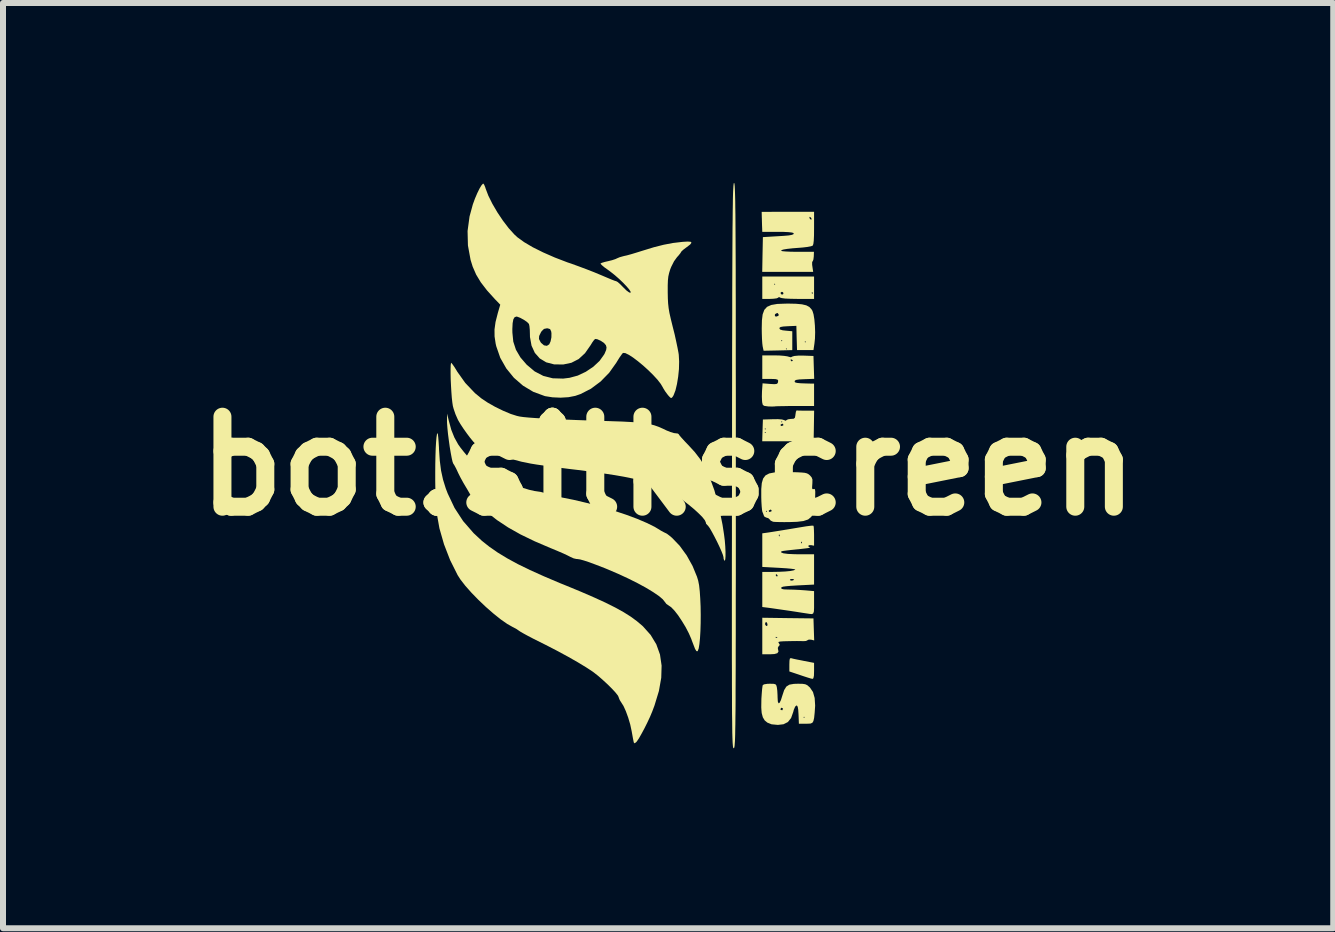
<source format=kicad_pcb>
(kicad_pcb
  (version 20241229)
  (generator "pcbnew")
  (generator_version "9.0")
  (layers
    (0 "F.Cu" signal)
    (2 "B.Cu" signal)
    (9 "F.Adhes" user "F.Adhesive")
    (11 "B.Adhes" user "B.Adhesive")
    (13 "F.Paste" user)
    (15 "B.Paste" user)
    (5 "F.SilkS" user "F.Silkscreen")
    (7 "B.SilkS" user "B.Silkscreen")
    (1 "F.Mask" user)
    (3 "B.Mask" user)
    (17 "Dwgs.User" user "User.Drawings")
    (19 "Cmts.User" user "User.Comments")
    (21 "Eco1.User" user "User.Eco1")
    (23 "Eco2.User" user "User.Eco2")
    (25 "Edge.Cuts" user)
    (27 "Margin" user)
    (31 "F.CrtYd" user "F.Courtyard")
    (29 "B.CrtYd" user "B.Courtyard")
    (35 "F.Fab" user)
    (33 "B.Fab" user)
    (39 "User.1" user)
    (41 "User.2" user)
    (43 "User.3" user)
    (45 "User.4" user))
  (footprint "bot.silkscreen"
    (layer "F.Cu")
    (at 8.086 4.717)
    (property "Reference" "bot.silkscreen" (at 0 0 0) (layer "F.SilkS") (effects (font (size 1.5 1.5) (thickness 0.3))))
    (attr board_only exclude_from_pos_files exclude_from_bom)
    (fp_poly (pts (xy 2.055 3.204) (xy 2.089 3.213) (xy 2.15 3.226) (xy 2.228 3.241) (xy 2.261 3.248) (xy 2.432 3.281) (xy 2.432 3.416) (xy 2.43 3.493) (xy 2.421 3.536) (xy 2.408 3.548) (xy 2.379 3.542) (xy 2.323 3.525) (xy 2.249 3.501) (xy 2.202 3.485) (xy 2.02 3.424) (xy 2.02 3.309) (xy 2.022 3.245) (xy 2.028 3.212) (xy 2.041 3.202)) (stroke (width 0) (type solid)) (fill yes) (layer "F.SilkS"))
    (fp_poly (pts (xy 2.432 -2.972) (xy 2.432 -2.785) (xy 2.161 -2.785) (xy 2.042 -2.787) (xy 1.951 -2.791) (xy 1.892 -2.799) (xy 1.869 -2.806) (xy 1.846 -2.817) (xy 1.835 -2.806) (xy 1.81 -2.795) (xy 1.757 -2.788) (xy 1.695 -2.785) (xy 1.569 -2.785) (xy 1.569 -2.89) (xy 1.874 -2.89) (xy 1.876 -2.874) (xy 1.896 -2.855) (xy 1.917 -2.865) (xy 1.922 -2.883) (xy 2.393 -2.883) (xy 2.4 -2.867) (xy 2.406 -2.87) (xy 2.408 -2.893) (xy 2.406 -2.896) (xy 2.394 -2.894) (xy 2.393 -2.883) (xy 1.922 -2.883) (xy 1.922 -2.884) (xy 1.906 -2.901) (xy 1.893 -2.903) (xy 1.874 -2.89) (xy 1.569 -2.89) (xy 1.569 -2.972) (xy 1.569 -3.03) (xy 1.765 -3.03) (xy 1.775 -3.021) (xy 1.785 -3.03) (xy 1.775 -3.04) (xy 1.765 -3.03) (xy 1.569 -3.03) (xy 1.569 -3.158) (xy 2.001 -3.158) (xy 2.432 -3.158)) (stroke (width 0) (type solid)) (fill yes) (layer "F.SilkS"))
    (fp_poly (pts (xy 1.996 2.535) (xy 2.422 2.54) (xy 2.428 2.724) (xy 2.434 2.907) (xy 2.385 2.895) (xy 2.344 2.893) (xy 2.324 2.903) (xy 2.298 2.916) (xy 2.259 2.919) (xy 2.217 2.918) (xy 2.147 2.917) (xy 2.062 2.918) (xy 2.013 2.919) (xy 1.925 2.921) (xy 1.87 2.925) (xy 1.843 2.931) (xy 1.837 2.94) (xy 1.845 2.953) (xy 1.861 2.981) (xy 1.846 3) (xy 1.844 3) (xy 1.828 3.03) (xy 1.83 3.048) (xy 1.839 3.092) (xy 1.82 3.12) (xy 1.771 3.134) (xy 1.695 3.138) (xy 1.569 3.138) (xy 1.569 2.851) (xy 1.791 2.851) (xy 1.794 2.862) (xy 1.804 2.864) (xy 1.821 2.856) (xy 1.818 2.851) (xy 1.794 2.848) (xy 1.791 2.851) (xy 1.569 2.851) (xy 1.569 2.834) (xy 1.569 2.635) (xy 1.614 2.635) (xy 1.63 2.662) (xy 1.647 2.667) (xy 1.656 2.652) (xy 1.653 2.627) (xy 1.638 2.6) (xy 1.623 2.606) (xy 1.614 2.635) (xy 1.569 2.635) (xy 1.569 2.529)) (stroke (width 0) (type solid)) (fill yes) (layer "F.SilkS"))
    (fp_poly (pts (xy 2.432 -3.964) (xy 2.431 -3.842) (xy 2.427 -3.755) (xy 2.42 -3.7) (xy 2.409 -3.673) (xy 2.408 -3.672) (xy 2.378 -3.662) (xy 2.32 -3.651) (xy 2.243 -3.642) (xy 2.207 -3.639) (xy 2.078 -3.629) (xy 1.986 -3.619) (xy 1.925 -3.609) (xy 1.892 -3.599) (xy 1.883 -3.588) (xy 1.901 -3.581) (xy 1.952 -3.576) (xy 2.029 -3.572) (xy 2.124 -3.57) (xy 2.156 -3.57) (xy 2.43 -3.57) (xy 2.427 -3.491) (xy 2.421 -3.442) (xy 2.411 -3.415) (xy 2.407 -3.413) (xy 2.4 -3.396) (xy 2.4 -3.352) (xy 2.404 -3.325) (xy 2.417 -3.236) (xy 1.993 -3.236) (xy 1.568 -3.236) (xy 1.573 -3.526) (xy 1.579 -3.815) (xy 1.812 -3.829) (xy 1.928 -3.836) (xy 2.009 -3.843) (xy 2.06 -3.852) (xy 2.086 -3.862) (xy 2.093 -3.874) (xy 2.089 -3.883) (xy 2.065 -3.891) (xy 2.008 -3.898) (xy 1.924 -3.902) (xy 1.823 -3.903) (xy 1.569 -3.903) (xy 1.567 -3.957) (xy 1.565 -4.007) (xy 1.563 -4.078) (xy 1.562 -4.124) (xy 1.561 -4.146) (xy 2.354 -4.146) (xy 2.363 -4.117) (xy 2.383 -4.106) (xy 2.39 -4.109) (xy 2.387 -4.13) (xy 2.377 -4.143) (xy 2.357 -4.154) (xy 2.354 -4.146) (xy 1.561 -4.146) (xy 1.559 -4.236) (xy 1.996 -4.237) (xy 2.432 -4.237)) (stroke (width 0) (type solid)) (fill yes) (layer "F.SilkS"))
    (fp_poly (pts (xy 1.855 -1.842) (xy 1.931 -1.836) (xy 1.986 -1.828) (xy 2.003 -1.823) (xy 2.046 -1.812) (xy 2.069 -1.824) (xy 2.103 -1.834) (xy 2.169 -1.84) (xy 2.259 -1.84) (xy 2.422 -1.834) (xy 2.428 -1.643) (xy 2.434 -1.453) (xy 2.271 -1.447) (xy 2.188 -1.443) (xy 2.138 -1.436) (xy 2.114 -1.425) (xy 2.108 -1.412) (xy 2.112 -1.399) (xy 2.126 -1.39) (xy 2.157 -1.384) (xy 2.211 -1.379) (xy 2.294 -1.376) (xy 2.368 -1.374) (xy 2.432 -1.373) (xy 2.432 -1.187) (xy 2.432 -1) (xy 2.123 -1) (xy 2.014 -1) (xy 1.917 -0.998) (xy 1.839 -0.997) (xy 1.788 -0.995) (xy 1.775 -0.993) (xy 1.731 -0.991) (xy 1.669 -0.993) (xy 1.654 -0.995) (xy 1.603 -1.002) (xy 1.578 -1.018) (xy 1.568 -1.056) (xy 1.565 -1.085) (xy 1.562 -1.155) (xy 1.564 -1.238) (xy 1.566 -1.272) (xy 1.574 -1.378) (xy 1.698 -1.368) (xy 1.766 -1.364) (xy 1.805 -1.367) (xy 1.824 -1.379) (xy 1.83 -1.394) (xy 1.834 -1.423) (xy 1.823 -1.44) (xy 1.788 -1.449) (xy 1.725 -1.451) (xy 1.693 -1.451) (xy 1.569 -1.451) (xy 1.569 -1.648) (xy 1.569 -1.766) (xy 2.04 -1.766) (xy 2.054 -1.746) (xy 2.059 -1.746) (xy 2.079 -1.752) (xy 2.079 -1.754) (xy 2.065 -1.771) (xy 2.059 -1.775) (xy 2.041 -1.774) (xy 2.04 -1.766) (xy 1.569 -1.766) (xy 1.569 -1.844) (xy 1.767 -1.844)) (stroke (width 0) (type solid)) (fill yes) (layer "F.SilkS"))
    (fp_poly (pts (xy 2.169 -0.924) (xy 2.222 -0.923) (xy 2.292 -0.922) (xy 2.295 -0.922) (xy 2.433 -0.922) (xy 2.428 -0.593) (xy 2.422 -0.265) (xy 2.284 -0.259) (xy 2.214 -0.258) (xy 2.16 -0.261) (xy 2.133 -0.267) (xy 2.132 -0.267) (xy 2.123 -0.295) (xy 2.118 -0.343) (xy 2.118 -0.347) (xy 2.118 -0.412) (xy 1.843 -0.412) (xy 1.568 -0.412) (xy 1.572 -0.559) (xy 1.608 -0.559) (xy 1.618 -0.549) (xy 1.628 -0.559) (xy 1.618 -0.569) (xy 1.608 -0.559) (xy 1.572 -0.559) (xy 1.573 -0.593) (xy 1.574 -0.618) (xy 1.608 -0.618) (xy 1.618 -0.608) (xy 1.628 -0.618) (xy 1.618 -0.628) (xy 1.608 -0.618) (xy 1.574 -0.618) (xy 1.576 -0.686) (xy 1.873 -0.686) (xy 1.878 -0.67) (xy 1.892 -0.667) (xy 1.918 -0.677) (xy 1.922 -0.686) (xy 1.908 -0.706) (xy 1.904 -0.706) (xy 1.877 -0.692) (xy 1.873 -0.686) (xy 1.576 -0.686) (xy 1.578 -0.736) (xy 1.883 -0.736) (xy 1.893 -0.726) (xy 1.903 -0.736) (xy 1.893 -0.745) (xy 1.883 -0.736) (xy 1.578 -0.736) (xy 1.579 -0.775) (xy 1.743 -0.78) (xy 1.83 -0.781) (xy 1.896 -0.776) (xy 1.931 -0.766) (xy 1.932 -0.765) (xy 1.96 -0.754) (xy 1.971 -0.764) (xy 1.997 -0.778) (xy 2.045 -0.785) (xy 2.05 -0.785) (xy 2.093 -0.788) (xy 2.113 -0.805) (xy 2.121 -0.848) (xy 2.122 -0.858) (xy 2.129 -0.904) (xy 2.14 -0.926) (xy 2.143 -0.927)) (stroke (width 0) (type solid)) (fill yes) (layer "F.SilkS"))
    (fp_poly (pts (xy 2.132 -2.704) (xy 2.23 -2.695) (xy 2.302 -2.678) (xy 2.353 -2.651) (xy 2.389 -2.612) (xy 2.405 -2.586) (xy 2.423 -2.529) (xy 2.437 -2.443) (xy 2.446 -2.34) (xy 2.45 -2.23) (xy 2.447 -2.124) (xy 2.438 -2.04) (xy 2.422 -1.932) (xy 2.285 -1.932) (xy 2.148 -1.932) (xy 2.144 -2.069) (xy 2.275 -2.069) (xy 2.285 -2.059) (xy 2.295 -2.069) (xy 2.285 -2.079) (xy 2.275 -2.069) (xy 2.144 -2.069) (xy 2.142 -2.134) (xy 2.137 -2.336) (xy 1.995 -2.33) (xy 1.918 -2.325) (xy 1.874 -2.317) (xy 1.855 -2.303) (xy 1.854 -2.295) (xy 1.866 -2.275) (xy 1.908 -2.262) (xy 1.961 -2.256) (xy 2.069 -2.246) (xy 2.069 -2.089) (xy 2.069 -1.932) (xy 1.83 -1.926) (xy 1.591 -1.921) (xy 1.584 -1.952) (xy 1.961 -1.952) (xy 1.971 -1.942) (xy 1.981 -1.952) (xy 1.971 -1.961) (xy 1.961 -1.952) (xy 1.584 -1.952) (xy 1.575 -1.995) (xy 1.569 -2.045) (xy 1.566 -2.089) (xy 1.883 -2.089) (xy 1.893 -2.079) (xy 1.903 -2.089) (xy 1.893 -2.099) (xy 1.883 -2.089) (xy 1.566 -2.089) (xy 1.564 -2.123) (xy 1.561 -2.217) (xy 1.56 -2.295) (xy 1.563 -2.428) (xy 1.574 -2.52) (xy 1.778 -2.52) (xy 1.781 -2.496) (xy 1.805 -2.491) (xy 1.837 -2.503) (xy 1.844 -2.52) (xy 1.829 -2.546) (xy 1.816 -2.55) (xy 1.786 -2.534) (xy 1.778 -2.52) (xy 1.574 -2.52) (xy 1.576 -2.53) (xy 1.603 -2.603) (xy 1.649 -2.653) (xy 1.719 -2.684) (xy 1.817 -2.701) (xy 1.947 -2.706) (xy 2.001 -2.707)) (stroke (width 0) (type solid)) (fill yes) (layer "F.SilkS"))
    (fp_poly (pts (xy 2.236 3.63) (xy 2.284 3.637) (xy 2.319 3.653) (xy 2.354 3.684) (xy 2.364 3.693) (xy 2.414 3.767) (xy 2.442 3.866) (xy 2.45 3.994) (xy 2.442 4.113) (xy 2.433 4.198) (xy 2.421 4.251) (xy 2.403 4.28) (xy 2.371 4.293) (xy 2.32 4.295) (xy 2.294 4.295) (xy 2.179 4.295) (xy 2.175 4.188) (xy 2.256 4.188) (xy 2.265 4.197) (xy 2.275 4.188) (xy 2.265 4.178) (xy 2.256 4.188) (xy 2.175 4.188) (xy 2.173 4.143) (xy 2.168 4.063) (xy 2.16 4.015) (xy 2.148 3.994) (xy 2.139 3.991) (xy 2.117 4.01) (xy 2.094 4.064) (xy 2.085 4.099) (xy 2.049 4.2) (xy 1.996 4.267) (xy 1.923 4.304) (xy 1.829 4.315) (xy 1.724 4.305) (xy 1.654 4.277) (xy 1.609 4.24) (xy 1.578 4.188) (xy 1.559 4.117) (xy 1.554 4.056) (xy 1.872 4.056) (xy 1.874 4.062) (xy 1.898 4.071) (xy 1.904 4.069) (xy 1.914 4.045) (xy 1.911 4.039) (xy 1.888 4.029) (xy 1.881 4.032) (xy 1.872 4.056) (xy 1.554 4.056) (xy 1.552 4.02) (xy 1.554 3.89) (xy 1.554 3.882) (xy 1.56 3.794) (xy 1.566 3.72) (xy 1.573 3.668) (xy 1.578 3.65) (xy 1.603 3.638) (xy 1.655 3.63) (xy 1.695 3.629) (xy 1.756 3.63) (xy 1.789 3.638) (xy 1.804 3.658) (xy 1.812 3.69) (xy 1.819 3.746) (xy 1.823 3.819) (xy 1.824 3.858) (xy 1.828 3.926) (xy 1.84 3.955) (xy 1.857 3.947) (xy 1.879 3.903) (xy 1.904 3.824) (xy 1.934 3.734) (xy 1.97 3.676) (xy 2.021 3.644) (xy 2.096 3.631) (xy 2.162 3.629)) (stroke (width 0) (type solid)) (fill yes) (layer "F.SilkS"))
    (fp_poly (pts (xy 2.031 0.102) (xy 2.142 0.104) (xy 2.221 0.108) (xy 2.275 0.113) (xy 2.311 0.122) (xy 2.336 0.134) (xy 2.358 0.152) (xy 2.362 0.155) (xy 2.392 0.19) (xy 2.405 0.226) (xy 2.404 0.281) (xy 2.403 0.3) (xy 2.399 0.357) (xy 2.403 0.383) (xy 2.417 0.387) (xy 2.425 0.384) (xy 2.439 0.382) (xy 2.448 0.394) (xy 2.452 0.427) (xy 2.451 0.487) (xy 2.448 0.567) (xy 2.438 0.69) (xy 2.419 0.782) (xy 2.386 0.847) (xy 2.333 0.891) (xy 2.255 0.917) (xy 2.148 0.93) (xy 2.032 0.934) (xy 1.935 0.935) (xy 1.849 0.934) (xy 1.784 0.932) (xy 1.749 0.929) (xy 1.709 0.91) (xy 1.693 0.891) (xy 1.667 0.868) (xy 1.645 0.863) (xy 1.608 0.847) (xy 1.596 0.829) (xy 1.579 0.782) (xy 1.571 0.765) (xy 1.569 0.755) (xy 1.628 0.755) (xy 1.638 0.765) (xy 1.648 0.755) (xy 1.638 0.745) (xy 1.677 0.745) (xy 1.681 0.762) (xy 1.695 0.765) (xy 1.722 0.755) (xy 1.726 0.745) (xy 1.712 0.726) (xy 1.708 0.726) (xy 1.681 0.74) (xy 1.677 0.745) (xy 1.638 0.745) (xy 1.628 0.755) (xy 1.569 0.755) (xy 1.565 0.734) (xy 1.559 0.674) (xy 1.554 0.592) (xy 1.552 0.519) (xy 1.848 0.519) (xy 1.875 0.538) (xy 1.937 0.547) (xy 2.002 0.549) (xy 2.074 0.548) (xy 2.115 0.543) (xy 2.133 0.532) (xy 2.138 0.513) (xy 2.138 0.51) (xy 2.134 0.489) (xy 2.117 0.477) (xy 2.079 0.472) (xy 2.011 0.471) (xy 2.002 0.471) (xy 1.932 0.473) (xy 1.879 0.48) (xy 1.854 0.49) (xy 1.854 0.49) (xy 1.848 0.519) (xy 1.552 0.519) (xy 1.552 0.517) (xy 1.552 0.385) (xy 1.561 0.284) (xy 1.583 0.209) (xy 1.622 0.157) (xy 1.684 0.124) (xy 1.772 0.107) (xy 1.891 0.1)) (stroke (width 0) (type solid)) (fill yes) (layer "F.SilkS"))
    (fp_poly (pts (xy 1.102 -4.714) (xy 1.105 -4.704) (xy 1.107 -4.685) (xy 1.11 -4.656) (xy 1.112 -4.615) (xy 1.114 -4.562) (xy 1.116 -4.494) (xy 1.118 -4.411) (xy 1.119 -4.311) (xy 1.121 -4.191) (xy 1.122 -4.052) (xy 1.123 -3.892) (xy 1.124 -3.709) (xy 1.125 -3.502) (xy 1.126 -3.268) (xy 1.126 -3.008) (xy 1.127 -2.72) (xy 1.127 -2.401) (xy 1.127 -2.052) (xy 1.127 -1.669) (xy 1.128 -1.252) (xy 1.128 -0.8) (xy 1.128 -0.311) (xy 1.128 -0.01) (xy 1.128 0.498) (xy 1.128 0.968) (xy 1.128 1.401) (xy 1.128 1.8) (xy 1.127 2.165) (xy 1.127 2.499) (xy 1.127 2.801) (xy 1.126 3.075) (xy 1.126 3.322) (xy 1.125 3.542) (xy 1.124 3.737) (xy 1.124 3.91) (xy 1.123 4.06) (xy 1.121 4.191) (xy 1.12 4.302) (xy 1.118 4.397) (xy 1.117 4.475) (xy 1.115 4.539) (xy 1.113 4.589) (xy 1.11 4.629) (xy 1.108 4.658) (xy 1.105 4.678) (xy 1.102 4.692) (xy 1.099 4.7) (xy 1.095 4.703) (xy 1.093 4.704) (xy 1.09 4.703) (xy 1.086 4.699) (xy 1.083 4.689) (xy 1.08 4.674) (xy 1.078 4.65) (xy 1.075 4.616) (xy 1.073 4.572) (xy 1.071 4.515) (xy 1.069 4.445) (xy 1.068 4.359) (xy 1.067 4.257) (xy 1.065 4.136) (xy 1.064 3.996) (xy 1.064 3.835) (xy 1.063 3.651) (xy 1.063 3.444) (xy 1.062 3.21) (xy 1.062 2.95) (xy 1.062 2.662) (xy 1.062 2.344) (xy 1.062 1.994) (xy 1.062 1.612) (xy 1.063 1.196) (xy 1.063 0.744) (xy 1.064 0.255) (xy 1.064 -0.003) (xy 1.065 -0.515) (xy 1.065 -0.989) (xy 1.066 -1.427) (xy 1.066 -1.829) (xy 1.067 -2.198) (xy 1.068 -2.535) (xy 1.068 -2.841) (xy 1.069 -3.118) (xy 1.07 -3.367) (xy 1.071 -3.589) (xy 1.072 -3.787) (xy 1.073 -3.96) (xy 1.075 -4.112) (xy 1.076 -4.242) (xy 1.078 -4.354) (xy 1.079 -4.447) (xy 1.081 -4.524) (xy 1.083 -4.585) (xy 1.086 -4.633) (xy 1.088 -4.669) (xy 1.091 -4.694) (xy 1.093 -4.709) (xy 1.096 -4.716) (xy 1.098 -4.717)) (stroke (width 0) (type solid)) (fill yes) (layer "F.SilkS"))
    (fp_poly (pts (xy -3.838 -0.531) (xy -3.832 -0.48) (xy -3.826 -0.405) (xy -3.82 -0.311) (xy -3.819 -0.279) (xy -3.806 -0.088) (xy -3.785 0.076) (xy -3.752 0.227) (xy -3.706 0.375) (xy -3.674 0.458) (xy -3.56 0.699) (xy -3.417 0.918) (xy -3.242 1.119) (xy -3.102 1.249) (xy -2.978 1.347) (xy -2.841 1.442) (xy -2.685 1.537) (xy -2.507 1.634) (xy -2.304 1.733) (xy -2.071 1.838) (xy -1.805 1.951) (xy -1.706 1.991) (xy -1.452 2.096) (xy -1.233 2.191) (xy -1.043 2.278) (xy -0.881 2.359) (xy -0.742 2.436) (xy -0.623 2.511) (xy -0.521 2.586) (xy -0.432 2.661) (xy -0.42 2.672) (xy -0.292 2.815) (xy -0.197 2.972) (xy -0.136 3.142) (xy -0.109 3.327) (xy -0.115 3.53) (xy -0.154 3.75) (xy -0.227 3.99) (xy -0.264 4.089) (xy -0.302 4.18) (xy -0.348 4.278) (xy -0.397 4.376) (xy -0.445 4.465) (xy -0.487 4.539) (xy -0.521 4.589) (xy -0.532 4.602) (xy -0.559 4.622) (xy -0.572 4.609) (xy -0.577 4.587) (xy -0.586 4.543) (xy -0.598 4.476) (xy -0.608 4.42) (xy -0.632 4.308) (xy -0.666 4.193) (xy -0.705 4.086) (xy -0.745 3.998) (xy -0.775 3.951) (xy -0.806 3.902) (xy -0.823 3.862) (xy -0.824 3.854) (xy -0.838 3.825) (xy -0.876 3.777) (xy -0.933 3.715) (xy -1.003 3.645) (xy -1.08 3.574) (xy -1.157 3.506) (xy -1.23 3.448) (xy -1.255 3.429) (xy -1.366 3.356) (xy -1.506 3.271) (xy -1.671 3.177) (xy -1.854 3.078) (xy -2.048 2.978) (xy -2.142 2.931) (xy -2.244 2.88) (xy -2.336 2.832) (xy -2.411 2.791) (xy -2.463 2.761) (xy -2.481 2.749) (xy -2.526 2.718) (xy -2.583 2.687) (xy -2.59 2.684) (xy -2.682 2.632) (xy -2.791 2.556) (xy -2.912 2.459) (xy -3.038 2.349) (xy -3.162 2.231) (xy -3.278 2.112) (xy -3.381 1.996) (xy -3.463 1.89) (xy -3.509 1.818) (xy -3.634 1.568) (xy -3.736 1.304) (xy -3.812 1.039) (xy -3.858 0.782) (xy -3.864 0.734) (xy -3.871 0.636) (xy -3.876 0.519) (xy -3.88 0.388) (xy -3.882 0.248) (xy -3.882 0.105) (xy -3.881 -0.037) (xy -3.878 -0.172) (xy -3.874 -0.293) (xy -3.868 -0.398) (xy -3.861 -0.478) (xy -3.853 -0.531) (xy -3.844 -0.549)) (stroke (width 0) (type solid)) (fill yes) (layer "F.SilkS"))
    (fp_poly (pts (xy 2.421 0.996) (xy 2.423 0.997) (xy 2.427 1.02) (xy 2.43 1.072) (xy 2.432 1.144) (xy 2.432 1.168) (xy 2.432 1.328) (xy 2.383 1.319) (xy 2.346 1.32) (xy 2.334 1.336) (xy 2.353 1.353) (xy 2.368 1.358) (xy 2.363 1.362) (xy 2.325 1.369) (xy 2.26 1.377) (xy 2.173 1.387) (xy 2.149 1.389) (xy 2.053 1.399) (xy 1.973 1.408) (xy 1.914 1.416) (xy 1.886 1.423) (xy 1.885 1.423) (xy 1.884 1.441) (xy 1.921 1.455) (xy 1.996 1.465) (xy 2.107 1.47) (xy 2.182 1.471) (xy 2.432 1.471) (xy 2.432 1.724) (xy 2.432 1.976) (xy 2.158 1.99) (xy 2.044 1.997) (xy 1.965 2.004) (xy 1.915 2.011) (xy 1.89 2.021) (xy 1.883 2.032) (xy 1.893 2.048) (xy 1.929 2.056) (xy 1.997 2.059) (xy 2.007 2.059) (xy 2.094 2.061) (xy 2.196 2.066) (xy 2.282 2.072) (xy 2.432 2.085) (xy 2.432 2.278) (xy 2.432 2.368) (xy 2.429 2.425) (xy 2.418 2.456) (xy 2.397 2.468) (xy 2.359 2.465) (xy 2.314 2.458) (xy 2.234 2.446) (xy 2.133 2.43) (xy 2.022 2.413) (xy 1.91 2.397) (xy 1.807 2.382) (xy 1.724 2.37) (xy 1.672 2.363) (xy 1.569 2.35) (xy 1.569 2.058) (xy 1.569 1.902) (xy 2.03 1.902) (xy 2.052 1.91) (xy 2.083 1.906) (xy 2.099 1.891) (xy 2.099 1.891) (xy 2.082 1.884) (xy 2.058 1.883) (xy 2.031 1.89) (xy 2.03 1.902) (xy 1.569 1.902) (xy 1.569 1.816) (xy 1.792 1.816) (xy 1.795 1.824) (xy 1.812 1.843) (xy 1.815 1.844) (xy 1.824 1.829) (xy 1.824 1.824) (xy 1.809 1.805) (xy 1.803 1.804) (xy 1.792 1.816) (xy 1.569 1.816) (xy 1.569 1.765) (xy 1.741 1.765) (xy 1.853 1.763) (xy 1.953 1.758) (xy 2.035 1.75) (xy 2.092 1.739) (xy 2.118 1.728) (xy 2.118 1.725) (xy 2.1 1.719) (xy 2.049 1.712) (xy 1.973 1.705) (xy 1.879 1.699) (xy 1.844 1.697) (xy 1.569 1.682) (xy 1.569 1.402) (xy 1.569 1.275) (xy 2.216 1.275) (xy 2.224 1.291) (xy 2.229 1.288) (xy 2.232 1.265) (xy 2.229 1.262) (xy 2.218 1.265) (xy 2.216 1.275) (xy 1.569 1.275) (xy 1.569 1.157) (xy 1.844 1.157) (xy 1.851 1.173) (xy 1.857 1.17) (xy 1.859 1.147) (xy 1.857 1.144) (xy 1.845 1.147) (xy 1.844 1.157) (xy 1.569 1.157) (xy 1.569 1.122) (xy 1.643 1.112) (xy 1.69 1.105) (xy 1.766 1.093) (xy 1.86 1.078) (xy 1.963 1.061) (xy 1.971 1.06) (xy 2.114 1.036) (xy 2.223 1.018) (xy 2.302 1.005) (xy 2.357 0.998) (xy 2.392 0.994) (xy 2.412 0.994)) (stroke (width 0) (type solid)) (fill yes) (layer "F.SilkS"))
    (fp_poly (pts (xy -3.596 -1.698) (xy -3.563 -1.651) (xy -3.524 -1.588) (xy -3.514 -1.571) (xy -3.381 -1.384) (xy -3.22 -1.215) (xy -3.113 -1.127) (xy -3.01 -1.058) (xy -2.885 -0.987) (xy -2.752 -0.922) (xy -2.624 -0.868) (xy -2.52 -0.835) (xy -2.476 -0.825) (xy -2.413 -0.816) (xy -2.329 -0.808) (xy -2.222 -0.8) (xy -2.09 -0.792) (xy -1.93 -0.783) (xy -1.74 -0.775) (xy -1.518 -0.766) (xy -1.262 -0.757) (xy -0.969 -0.748) (xy -0.951 -0.747) (xy -0.767 -0.741) (xy -0.617 -0.733) (xy -0.494 -0.725) (xy -0.392 -0.713) (xy -0.307 -0.698) (xy -0.232 -0.679) (xy -0.161 -0.654) (xy -0.088 -0.622) (xy -0.03 -0.594) (xy 0.036 -0.567) (xy 0.096 -0.549) (xy 0.123 -0.546) (xy 0.162 -0.541) (xy 0.177 -0.529) (xy 0.19 -0.509) (xy 0.225 -0.468) (xy 0.277 -0.411) (xy 0.338 -0.348) (xy 0.444 -0.232) (xy 0.534 -0.115) (xy 0.585 -0.035) (xy 0.684 0.168) (xy 0.771 0.406) (xy 0.845 0.677) (xy 0.906 0.977) (xy 0.931 1.138) (xy 0.944 1.24) (xy 0.952 1.34) (xy 0.956 1.43) (xy 0.956 1.504) (xy 0.952 1.556) (xy 0.943 1.579) (xy 0.937 1.577) (xy 0.925 1.548) (xy 0.922 1.518) (xy 0.913 1.483) (xy 0.89 1.424) (xy 0.856 1.347) (xy 0.816 1.263) (xy 0.772 1.177) (xy 0.73 1.099) (xy 0.694 1.036) (xy 0.666 0.997) (xy 0.656 0.987) (xy 0.632 0.961) (xy 0.628 0.94) (xy 0.612 0.904) (xy 0.57 0.851) (xy 0.506 0.787) (xy 0.428 0.716) (xy 0.34 0.643) (xy 0.249 0.573) (xy 0.161 0.511) (xy 0.081 0.461) (xy 0.017 0.429) (xy -0.012 0.42) (xy -0.057 0.407) (xy -0.078 0.391) (xy -0.078 0.389) (xy -0.097 0.367) (xy -0.149 0.34) (xy -0.23 0.308) (xy -0.336 0.274) (xy -0.462 0.239) (xy -0.478 0.235) (xy -0.599 0.207) (xy -0.735 0.179) (xy -0.89 0.152) (xy -1.068 0.125) (xy -1.274 0.096) (xy -1.513 0.065) (xy -1.648 0.049) (xy -1.789 0.031) (xy -1.934 0.012) (xy -2.071 -0.007) (xy -2.19 -0.024) (xy -2.281 -0.039) (xy -2.288 -0.04) (xy -2.441 -0.071) (xy -2.598 -0.112) (xy -2.751 -0.159) (xy -2.888 -0.209) (xy -3.002 -0.259) (xy -3.052 -0.286) (xy -3.112 -0.321) (xy -3.162 -0.345) (xy -3.188 -0.353) (xy -3.212 -0.368) (xy -3.251 -0.41) (xy -3.301 -0.471) (xy -3.356 -0.544) (xy -3.412 -0.623) (xy -3.462 -0.699) (xy -3.502 -0.767) (xy -3.509 -0.782) (xy -3.545 -0.864) (xy -3.575 -0.952) (xy -3.588 -1) (xy -3.597 -1.059) (xy -3.606 -1.14) (xy -3.613 -1.235) (xy -3.619 -1.337) (xy -3.624 -1.44) (xy -3.626 -1.537) (xy -3.626 -1.619) (xy -3.624 -1.681) (xy -3.619 -1.715) (xy -3.615 -1.72)) (stroke (width 0) (type solid)) (fill yes) (layer "F.SilkS"))
    (fp_poly (pts (xy -3.656 -0.755) (xy -3.614 -0.602) (xy -3.563 -0.475) (xy -3.5 -0.361) (xy -3.461 -0.306) (xy -3.409 -0.24) (xy -3.351 -0.171) (xy -3.291 -0.106) (xy -3.238 -0.051) (xy -3.196 -0.013) (xy -3.173 0) (xy -3.147 0.012) (xy -3.106 0.041) (xy -3.094 0.05) (xy -3.028 0.096) (xy -2.932 0.149) (xy -2.816 0.206) (xy -2.688 0.262) (xy -2.557 0.315) (xy -2.431 0.361) (xy -2.318 0.396) (xy -2.229 0.416) (xy -2.203 0.42) (xy -2.128 0.431) (xy -2.057 0.451) (xy -2.038 0.458) (xy -1.987 0.475) (xy -1.91 0.495) (xy -1.823 0.514) (xy -1.793 0.52) (xy -1.574 0.564) (xy -1.349 0.617) (xy -1.125 0.677) (xy -0.908 0.743) (xy -0.703 0.811) (xy -0.517 0.88) (xy -0.356 0.949) (xy -0.224 1.014) (xy -0.181 1.04) (xy -0.119 1.078) (xy -0.069 1.105) (xy -0.042 1.118) (xy -0.041 1.118) (xy -0.019 1.13) (xy 0.022 1.161) (xy 0.065 1.197) (xy 0.192 1.329) (xy 0.309 1.49) (xy 0.407 1.666) (xy 0.481 1.846) (xy 0.501 1.912) (xy 0.516 1.989) (xy 0.527 2.09) (xy 0.535 2.21) (xy 0.541 2.342) (xy 0.543 2.48) (xy 0.542 2.618) (xy 0.538 2.749) (xy 0.531 2.868) (xy 0.521 2.967) (xy 0.509 3.041) (xy 0.493 3.083) (xy 0.49 3.087) (xy 0.471 3.085) (xy 0.448 3.047) (xy 0.445 3.039) (xy 0.421 2.977) (xy 0.393 2.904) (xy 0.386 2.883) (xy 0.344 2.787) (xy 0.291 2.685) (xy 0.229 2.583) (xy 0.166 2.488) (xy 0.104 2.409) (xy 0.05 2.353) (xy 0.016 2.33) (xy -0.03 2.298) (xy -0.056 2.264) (xy -0.091 2.22) (xy -0.158 2.164) (xy -0.254 2.099) (xy -0.373 2.027) (xy -0.511 1.952) (xy -0.665 1.875) (xy -0.829 1.799) (xy -0.999 1.726) (xy -1.057 1.702) (xy -1.202 1.646) (xy -1.315 1.604) (xy -1.403 1.575) (xy -1.468 1.557) (xy -1.516 1.55) (xy -1.528 1.55) (xy -1.576 1.539) (xy -1.631 1.514) (xy -1.635 1.512) (xy -1.676 1.491) (xy -1.744 1.459) (xy -1.832 1.421) (xy -1.93 1.38) (xy -1.962 1.367) (xy -2.228 1.253) (xy -2.461 1.14) (xy -2.667 1.024) (xy -2.851 0.902) (xy -3.011 0.777) (xy -3.077 0.723) (xy -3.137 0.678) (xy -3.18 0.648) (xy -3.191 0.642) (xy -3.229 0.61) (xy -3.254 0.565) (xy -3.274 0.521) (xy -3.309 0.457) (xy -3.351 0.384) (xy -3.362 0.366) (xy -3.412 0.282) (xy -3.462 0.191) (xy -3.501 0.113) (xy -3.503 0.108) (xy -3.534 0.042) (xy -3.563 -0.012) (xy -3.581 -0.039) (xy -3.593 -0.07) (xy -3.607 -0.131) (xy -3.623 -0.216) (xy -3.64 -0.317) (xy -3.655 -0.425) (xy -3.669 -0.532) (xy -3.679 -0.632) (xy -3.685 -0.715) (xy -3.686 -0.761) (xy -3.684 -0.873)) (stroke (width 0) (type solid)) (fill yes) (layer "F.SilkS"))
    (fp_poly (pts (xy -3.067 -4.69) (xy -3.049 -4.647) (xy -3.042 -4.624) (xy -2.997 -4.506) (xy -2.93 -4.371) (xy -2.847 -4.229) (xy -2.754 -4.09) (xy -2.657 -3.963) (xy -2.562 -3.858) (xy -2.512 -3.812) (xy -2.4 -3.731) (xy -2.256 -3.646) (xy -2.083 -3.56) (xy -1.889 -3.475) (xy -1.678 -3.394) (xy -1.618 -3.374) (xy -1.494 -3.329) (xy -1.36 -3.279) (xy -1.232 -3.229) (xy -1.124 -3.184) (xy -1.105 -3.176) (xy -1.018 -3.139) (xy -0.944 -3.108) (xy -0.89 -3.087) (xy -0.863 -3.079) (xy -0.863 -3.079) (xy -0.84 -3.066) (xy -0.799 -3.03) (xy -0.75 -2.98) (xy -0.748 -2.978) (xy -0.694 -2.925) (xy -0.65 -2.893) (xy -0.627 -2.887) (xy -0.625 -2.904) (xy -0.648 -2.941) (xy -0.691 -2.992) (xy -0.749 -3.053) (xy -0.817 -3.118) (xy -0.89 -3.182) (xy -0.962 -3.239) (xy -1.003 -3.269) (xy -1.063 -3.312) (xy -1.107 -3.349) (xy -1.127 -3.372) (xy -1.127 -3.375) (xy -1.104 -3.387) (xy -1.054 -3.402) (xy -1.005 -3.413) (xy -0.936 -3.43) (xy -0.878 -3.449) (xy -0.853 -3.461) (xy -0.808 -3.48) (xy -0.747 -3.497) (xy -0.736 -3.5) (xy -0.686 -3.511) (xy -0.61 -3.532) (xy -0.518 -3.56) (xy -0.422 -3.59) (xy -0.236 -3.647) (xy -0.073 -3.688) (xy 0.079 -3.717) (xy 0.232 -3.735) (xy 0.24 -3.736) (xy 0.327 -3.741) (xy 0.376 -3.737) (xy 0.389 -3.722) (xy 0.368 -3.693) (xy 0.313 -3.65) (xy 0.304 -3.644) (xy 0.255 -3.607) (xy 0.223 -3.578) (xy 0.216 -3.567) (xy 0.203 -3.546) (xy 0.172 -3.507) (xy 0.148 -3.481) (xy 0.098 -3.412) (xy 0.052 -3.321) (xy 0.035 -3.279) (xy 0.016 -3.217) (xy 0.003 -3.159) (xy -0.004 -3.094) (xy -0.007 -3.011) (xy -0.007 -2.9) (xy -0.007 -2.893) (xy -0.005 -2.792) (xy -0.000479 -2.709) (xy 0.008 -2.631) (xy 0.022 -2.549) (xy 0.044 -2.452) (xy 0.074 -2.33) (xy 0.078 -2.314) (xy 0.108 -2.195) (xy 0.134 -2.077) (xy 0.156 -1.972) (xy 0.172 -1.888) (xy 0.177 -1.854) (xy 0.183 -1.741) (xy 0.18 -1.615) (xy 0.167 -1.488) (xy 0.147 -1.366) (xy 0.122 -1.261) (xy 0.091 -1.18) (xy 0.074 -1.152) (xy 0.057 -1.134) (xy 0.038 -1.138) (xy 0.01 -1.167) (xy -0.01 -1.191) (xy -0.05 -1.245) (xy -0.081 -1.295) (xy -0.088 -1.309) (xy -0.123 -1.368) (xy -0.178 -1.439) (xy -0.249 -1.516) (xy -0.33 -1.596) (xy -0.416 -1.674) (xy -0.503 -1.746) (xy -0.585 -1.808) (xy -0.657 -1.854) (xy -0.714 -1.882) (xy -0.751 -1.885) (xy -0.756 -1.882) (xy -0.777 -1.856) (xy -0.812 -1.806) (xy -0.853 -1.74) (xy -0.865 -1.72) (xy -0.983 -1.554) (xy -1.126 -1.408) (xy -1.287 -1.288) (xy -1.459 -1.2) (xy -1.548 -1.169) (xy -1.661 -1.147) (xy -1.793 -1.139) (xy -1.928 -1.145) (xy -2.048 -1.164) (xy -2.059 -1.167) (xy -2.247 -1.236) (xy -2.419 -1.339) (xy -2.571 -1.471) (xy -2.698 -1.627) (xy -2.798 -1.803) (xy -2.865 -1.996) (xy -2.875 -2.04) (xy -2.893 -2.16) (xy -2.894 -2.276) (xy -2.893 -2.283) (xy -2.597 -2.283) (xy -2.596 -2.223) (xy -2.581 -2.073) (xy -2.537 -1.938) (xy -2.462 -1.81) (xy -2.358 -1.689) (xy -2.225 -1.577) (xy -2.081 -1.502) (xy -1.924 -1.462) (xy -1.75 -1.457) (xy -1.644 -1.47) (xy -1.507 -1.507) (xy -1.372 -1.571) (xy -1.248 -1.654) (xy -1.143 -1.752) (xy -1.068 -1.857) (xy -1.058 -1.875) (xy -1.033 -1.935) (xy -1.027 -1.976) (xy -1.037 -2.013) (xy -1.069 -2.051) (xy -1.123 -2.087) (xy -1.181 -2.113) (xy -1.214 -2.118) (xy -1.233 -2.103) (xy -1.263 -2.062) (xy -1.293 -2.013) (xy -1.386 -1.88) (xy -1.491 -1.783) (xy -1.612 -1.721) (xy -1.748 -1.692) (xy -1.901 -1.694) (xy -2.032 -1.728) (xy -2.14 -1.793) (xy -2.222 -1.886) (xy -2.277 -2.006) (xy -2.297 -2.117) (xy -2.153 -2.117) (xy -2.127 -2.066) (xy -2.117 -2.052) (xy -2.069 -2.011) (xy -2.021 -2.003) (xy -1.982 -2.028) (xy -1.96 -2.076) (xy -1.946 -2.144) (xy -1.945 -2.214) (xy -1.95 -2.245) (xy -1.968 -2.282) (xy -2.006 -2.294) (xy -2.021 -2.295) (xy -2.069 -2.285) (xy -2.106 -2.25) (xy -2.119 -2.231) (xy -2.15 -2.167) (xy -2.153 -2.117) (xy -2.297 -2.117) (xy -2.303 -2.15) (xy -2.304 -2.196) (xy -2.306 -2.271) (xy -2.312 -2.332) (xy -2.32 -2.367) (xy -2.321 -2.369) (xy -2.354 -2.402) (xy -2.407 -2.438) (xy -2.466 -2.47) (xy -2.516 -2.489) (xy -2.529 -2.491) (xy -2.559 -2.48) (xy -2.58 -2.445) (xy -2.592 -2.38) (xy -2.597 -2.283) (xy -2.893 -2.283) (xy -2.877 -2.4) (xy -2.84 -2.545) (xy -2.84 -2.546) (xy -2.798 -2.689) (xy -2.887 -2.781) (xy -3.019 -2.927) (xy -3.122 -3.061) (xy -3.2 -3.19) (xy -3.258 -3.323) (xy -3.293 -3.436) (xy -3.337 -3.676) (xy -3.343 -3.917) (xy -3.31 -4.16) (xy -3.255 -4.361) (xy -3.22 -4.457) (xy -3.182 -4.546) (xy -3.145 -4.622) (xy -3.112 -4.677) (xy -3.087 -4.705) (xy -3.081 -4.707)) (stroke (width 0) (type solid)) (fill yes) (layer "F.SilkS")))
  (gr_rect
    (start -3 -3)
    (end 19.171 12.421)
    (stroke (width 0.1) (type default))
    (fill no)
    (layer "Edge.Cuts")))
</source>
